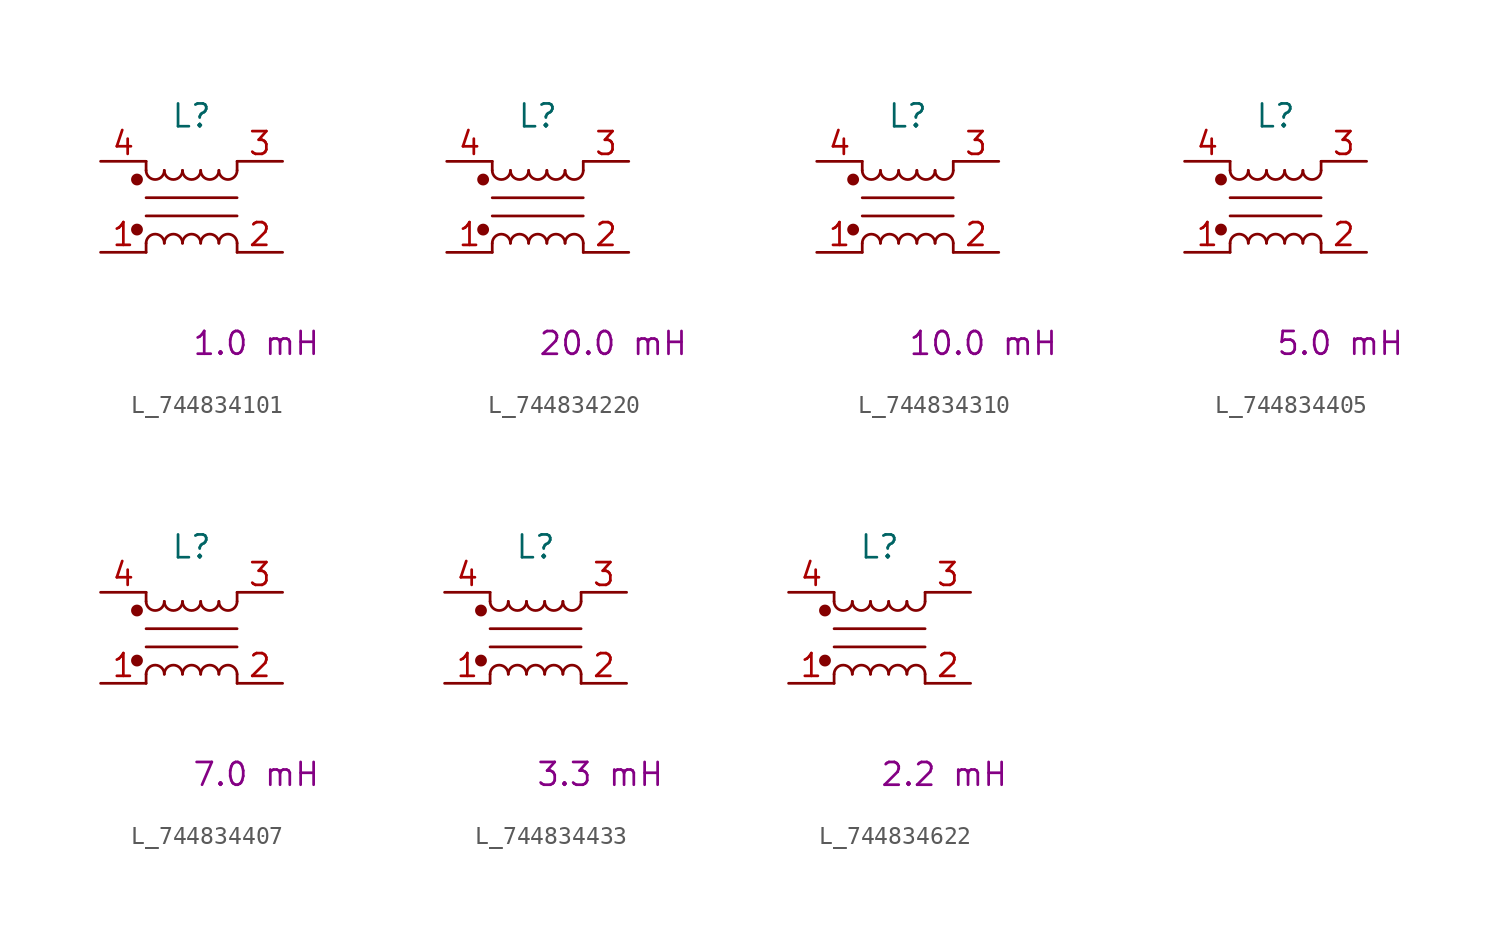
<source format=kicad_sym>
(kicad_symbol_lib
  (version 20220914)
  (generator kicad_symbol_editor)
  (symbol "L_744834101"
    (pin_names hide)
    (property "Reference" "L"
      (at 0 5.08 0)
      (effects (font (size 1.27 1.27))))
    (property "Critical Parameter" "1.0 mH"
      (at 0 -7.62 0)
      (effects (font (size 1.27 1.27)) (justify left)))
    (symbol "L_744834101_0_1"
      (circle (center -3.048 -1.27) (radius 0.254) (stroke (width 0) (type default)) (fill (type outline)))
      (circle (center -3.048 1.524) (radius 0.254) (stroke (width 0) (type default)) (fill (type outline)))
      (arc (start -2.54 2.032) (mid -2.032 1.5262) (end -1.524 2.032) (stroke (width 0) (type default)) (fill (type none)))
      (arc (start -1.524 -2.032) (mid -2.032 -1.5262) (end -2.54 -2.032) (stroke (width 0) (type default)) (fill (type none)))
      (arc (start -1.524 2.032) (mid -1.016 1.5262) (end -0.508 2.032) (stroke (width 0) (type default)) (fill (type none)))
      (arc (start -0.508 -2.032) (mid -1.016 -1.5262) (end -1.524 -2.032) (stroke (width 0) (type default)) (fill (type none)))
      (arc (start -0.508 2.032) (mid 0 1.5262) (end 0.508 2.032) (stroke (width 0) (type default)) (fill (type none)))
      (polyline (pts (xy -2.54 -2.032) (xy -2.54 -2.54)) (stroke (width 0) (type default)) (fill (type none)))
      (polyline (pts (xy -2.54 0.508) (xy 2.54 0.508)) (stroke (width 0) (type default)) (fill (type none)))
      (polyline (pts (xy -2.54 2.032) (xy -2.54 2.54)) (stroke (width 0) (type default)) (fill (type none)))
      (polyline (pts (xy 2.54 -2.032) (xy 2.54 -2.54)) (stroke (width 0) (type default)) (fill (type none)))
      (polyline (pts (xy 2.54 -0.508) (xy -2.54 -0.508)) (stroke (width 0) (type default)) (fill (type none)))
      (polyline (pts (xy 2.54 2.54) (xy 2.54 2.032)) (stroke (width 0) (type default)) (fill (type none)))
      (arc (start 0.508 -2.032) (mid 0 -1.5262) (end -0.508 -2.032) (stroke (width 0) (type default)) (fill (type none)))
      (arc (start 0.508 2.032) (mid 1.016 1.5262) (end 1.524 2.032) (stroke (width 0) (type default)) (fill (type none)))
      (arc (start 1.524 -2.032) (mid 1.016 -1.5262) (end 0.508 -2.032) (stroke (width 0) (type default)) (fill (type none)))
      (arc (start 1.524 2.032) (mid 2.032 1.5262) (end 2.54 2.032) (stroke (width 0) (type default)) (fill (type none)))
      (arc (start 2.54 -2.032) (mid 2.032 -1.5262) (end 1.524 -2.032) (stroke (width 0) (type default)) (fill (type none))))
    (symbol "L_744834101_1_1"
      (pin passive line (at -5.08 -2.54 0) (length 2.54) (name "1" (effects (font (size 1.27 1.27)))) (number "1" (effects (font (size 1.27 1.27)))))
      (pin passive line (at 5.08 -2.54 180) (length 2.54) (name "2" (effects (font (size 1.27 1.27)))) (number "2" (effects (font (size 1.27 1.27)))))
      (pin passive line (at 5.08 2.54 180) (length 2.54) (name "3" (effects (font (size 1.27 1.27)))) (number "3" (effects (font (size 1.27 1.27)))))
      (pin passive line (at -5.08 2.54 0) (length 2.54) (name "4" (effects (font (size 1.27 1.27)))) (number "4" (effects (font (size 1.27 1.27)))))))
  (symbol "L_744834220"
    (pin_names hide)
    (property "Reference" "L"
      (at 0 5.08 0)
      (effects (font (size 1.27 1.27))))
    (property "Critical Parameter" "20.0 mH"
      (at 0 -7.62 0)
      (effects (font (size 1.27 1.27)) (justify left)))
    (symbol "L_744834220_0_1"
      (circle (center -3.048 -1.27) (radius 0.254) (stroke (width 0) (type default)) (fill (type outline)))
      (circle (center -3.048 1.524) (radius 0.254) (stroke (width 0) (type default)) (fill (type outline)))
      (arc (start -2.54 2.032) (mid -2.032 1.5262) (end -1.524 2.032) (stroke (width 0) (type default)) (fill (type none)))
      (arc (start -1.524 -2.032) (mid -2.032 -1.5262) (end -2.54 -2.032) (stroke (width 0) (type default)) (fill (type none)))
      (arc (start -1.524 2.032) (mid -1.016 1.5262) (end -0.508 2.032) (stroke (width 0) (type default)) (fill (type none)))
      (arc (start -0.508 -2.032) (mid -1.016 -1.5262) (end -1.524 -2.032) (stroke (width 0) (type default)) (fill (type none)))
      (arc (start -0.508 2.032) (mid 0 1.5262) (end 0.508 2.032) (stroke (width 0) (type default)) (fill (type none)))
      (polyline (pts (xy -2.54 -2.032) (xy -2.54 -2.54)) (stroke (width 0) (type default)) (fill (type none)))
      (polyline (pts (xy -2.54 0.508) (xy 2.54 0.508)) (stroke (width 0) (type default)) (fill (type none)))
      (polyline (pts (xy -2.54 2.032) (xy -2.54 2.54)) (stroke (width 0) (type default)) (fill (type none)))
      (polyline (pts (xy 2.54 -2.032) (xy 2.54 -2.54)) (stroke (width 0) (type default)) (fill (type none)))
      (polyline (pts (xy 2.54 -0.508) (xy -2.54 -0.508)) (stroke (width 0) (type default)) (fill (type none)))
      (polyline (pts (xy 2.54 2.54) (xy 2.54 2.032)) (stroke (width 0) (type default)) (fill (type none)))
      (arc (start 0.508 -2.032) (mid 0 -1.5262) (end -0.508 -2.032) (stroke (width 0) (type default)) (fill (type none)))
      (arc (start 0.508 2.032) (mid 1.016 1.5262) (end 1.524 2.032) (stroke (width 0) (type default)) (fill (type none)))
      (arc (start 1.524 -2.032) (mid 1.016 -1.5262) (end 0.508 -2.032) (stroke (width 0) (type default)) (fill (type none)))
      (arc (start 1.524 2.032) (mid 2.032 1.5262) (end 2.54 2.032) (stroke (width 0) (type default)) (fill (type none)))
      (arc (start 2.54 -2.032) (mid 2.032 -1.5262) (end 1.524 -2.032) (stroke (width 0) (type default)) (fill (type none))))
    (symbol "L_744834220_1_1"
      (pin passive line (at -5.08 -2.54 0) (length 2.54) (name "1" (effects (font (size 1.27 1.27)))) (number "1" (effects (font (size 1.27 1.27)))))
      (pin passive line (at 5.08 -2.54 180) (length 2.54) (name "2" (effects (font (size 1.27 1.27)))) (number "2" (effects (font (size 1.27 1.27)))))
      (pin passive line (at 5.08 2.54 180) (length 2.54) (name "3" (effects (font (size 1.27 1.27)))) (number "3" (effects (font (size 1.27 1.27)))))
      (pin passive line (at -5.08 2.54 0) (length 2.54) (name "4" (effects (font (size 1.27 1.27)))) (number "4" (effects (font (size 1.27 1.27)))))))
  (symbol "L_744834310"
    (pin_names hide)
    (property "Reference" "L"
      (at 0 5.08 0)
      (effects (font (size 1.27 1.27))))
    (property "Critical Parameter" "10.0 mH"
      (at 0 -7.62 0)
      (effects (font (size 1.27 1.27)) (justify left)))
    (symbol "L_744834310_0_1"
      (circle (center -3.048 -1.27) (radius 0.254) (stroke (width 0) (type default)) (fill (type outline)))
      (circle (center -3.048 1.524) (radius 0.254) (stroke (width 0) (type default)) (fill (type outline)))
      (arc (start -2.54 2.032) (mid -2.032 1.5262) (end -1.524 2.032) (stroke (width 0) (type default)) (fill (type none)))
      (arc (start -1.524 -2.032) (mid -2.032 -1.5262) (end -2.54 -2.032) (stroke (width 0) (type default)) (fill (type none)))
      (arc (start -1.524 2.032) (mid -1.016 1.5262) (end -0.508 2.032) (stroke (width 0) (type default)) (fill (type none)))
      (arc (start -0.508 -2.032) (mid -1.016 -1.5262) (end -1.524 -2.032) (stroke (width 0) (type default)) (fill (type none)))
      (arc (start -0.508 2.032) (mid 0 1.5262) (end 0.508 2.032) (stroke (width 0) (type default)) (fill (type none)))
      (polyline (pts (xy -2.54 -2.032) (xy -2.54 -2.54)) (stroke (width 0) (type default)) (fill (type none)))
      (polyline (pts (xy -2.54 0.508) (xy 2.54 0.508)) (stroke (width 0) (type default)) (fill (type none)))
      (polyline (pts (xy -2.54 2.032) (xy -2.54 2.54)) (stroke (width 0) (type default)) (fill (type none)))
      (polyline (pts (xy 2.54 -2.032) (xy 2.54 -2.54)) (stroke (width 0) (type default)) (fill (type none)))
      (polyline (pts (xy 2.54 -0.508) (xy -2.54 -0.508)) (stroke (width 0) (type default)) (fill (type none)))
      (polyline (pts (xy 2.54 2.54) (xy 2.54 2.032)) (stroke (width 0) (type default)) (fill (type none)))
      (arc (start 0.508 -2.032) (mid 0 -1.5262) (end -0.508 -2.032) (stroke (width 0) (type default)) (fill (type none)))
      (arc (start 0.508 2.032) (mid 1.016 1.5262) (end 1.524 2.032) (stroke (width 0) (type default)) (fill (type none)))
      (arc (start 1.524 -2.032) (mid 1.016 -1.5262) (end 0.508 -2.032) (stroke (width 0) (type default)) (fill (type none)))
      (arc (start 1.524 2.032) (mid 2.032 1.5262) (end 2.54 2.032) (stroke (width 0) (type default)) (fill (type none)))
      (arc (start 2.54 -2.032) (mid 2.032 -1.5262) (end 1.524 -2.032) (stroke (width 0) (type default)) (fill (type none))))
    (symbol "L_744834310_1_1"
      (pin passive line (at -5.08 -2.54 0) (length 2.54) (name "1" (effects (font (size 1.27 1.27)))) (number "1" (effects (font (size 1.27 1.27)))))
      (pin passive line (at 5.08 -2.54 180) (length 2.54) (name "2" (effects (font (size 1.27 1.27)))) (number "2" (effects (font (size 1.27 1.27)))))
      (pin passive line (at 5.08 2.54 180) (length 2.54) (name "3" (effects (font (size 1.27 1.27)))) (number "3" (effects (font (size 1.27 1.27)))))
      (pin passive line (at -5.08 2.54 0) (length 2.54) (name "4" (effects (font (size 1.27 1.27)))) (number "4" (effects (font (size 1.27 1.27)))))))
  (symbol "L_744834405"
    (pin_names hide)
    (property "Reference" "L"
      (at 0 5.08 0)
      (effects (font (size 1.27 1.27))))
    (property "Critical Parameter" "5.0 mH"
      (at 0 -7.62 0)
      (effects (font (size 1.27 1.27)) (justify left)))
    (symbol "L_744834405_0_1"
      (circle (center -3.048 -1.27) (radius 0.254) (stroke (width 0) (type default)) (fill (type outline)))
      (circle (center -3.048 1.524) (radius 0.254) (stroke (width 0) (type default)) (fill (type outline)))
      (arc (start -2.54 2.032) (mid -2.032 1.5262) (end -1.524 2.032) (stroke (width 0) (type default)) (fill (type none)))
      (arc (start -1.524 -2.032) (mid -2.032 -1.5262) (end -2.54 -2.032) (stroke (width 0) (type default)) (fill (type none)))
      (arc (start -1.524 2.032) (mid -1.016 1.5262) (end -0.508 2.032) (stroke (width 0) (type default)) (fill (type none)))
      (arc (start -0.508 -2.032) (mid -1.016 -1.5262) (end -1.524 -2.032) (stroke (width 0) (type default)) (fill (type none)))
      (arc (start -0.508 2.032) (mid 0 1.5262) (end 0.508 2.032) (stroke (width 0) (type default)) (fill (type none)))
      (polyline (pts (xy -2.54 -2.032) (xy -2.54 -2.54)) (stroke (width 0) (type default)) (fill (type none)))
      (polyline (pts (xy -2.54 0.508) (xy 2.54 0.508)) (stroke (width 0) (type default)) (fill (type none)))
      (polyline (pts (xy -2.54 2.032) (xy -2.54 2.54)) (stroke (width 0) (type default)) (fill (type none)))
      (polyline (pts (xy 2.54 -2.032) (xy 2.54 -2.54)) (stroke (width 0) (type default)) (fill (type none)))
      (polyline (pts (xy 2.54 -0.508) (xy -2.54 -0.508)) (stroke (width 0) (type default)) (fill (type none)))
      (polyline (pts (xy 2.54 2.54) (xy 2.54 2.032)) (stroke (width 0) (type default)) (fill (type none)))
      (arc (start 0.508 -2.032) (mid 0 -1.5262) (end -0.508 -2.032) (stroke (width 0) (type default)) (fill (type none)))
      (arc (start 0.508 2.032) (mid 1.016 1.5262) (end 1.524 2.032) (stroke (width 0) (type default)) (fill (type none)))
      (arc (start 1.524 -2.032) (mid 1.016 -1.5262) (end 0.508 -2.032) (stroke (width 0) (type default)) (fill (type none)))
      (arc (start 1.524 2.032) (mid 2.032 1.5262) (end 2.54 2.032) (stroke (width 0) (type default)) (fill (type none)))
      (arc (start 2.54 -2.032) (mid 2.032 -1.5262) (end 1.524 -2.032) (stroke (width 0) (type default)) (fill (type none))))
    (symbol "L_744834405_1_1"
      (pin passive line (at -5.08 -2.54 0) (length 2.54) (name "1" (effects (font (size 1.27 1.27)))) (number "1" (effects (font (size 1.27 1.27)))))
      (pin passive line (at 5.08 -2.54 180) (length 2.54) (name "2" (effects (font (size 1.27 1.27)))) (number "2" (effects (font (size 1.27 1.27)))))
      (pin passive line (at 5.08 2.54 180) (length 2.54) (name "3" (effects (font (size 1.27 1.27)))) (number "3" (effects (font (size 1.27 1.27)))))
      (pin passive line (at -5.08 2.54 0) (length 2.54) (name "4" (effects (font (size 1.27 1.27)))) (number "4" (effects (font (size 1.27 1.27)))))))
  (symbol "L_744834407"
    (pin_names hide)
    (property "Reference" "L"
      (at 0 5.08 0)
      (effects (font (size 1.27 1.27))))
    (property "Critical Parameter" "7.0 mH"
      (at 0 -7.62 0)
      (effects (font (size 1.27 1.27)) (justify left)))
    (symbol "L_744834407_0_1"
      (circle (center -3.048 -1.27) (radius 0.254) (stroke (width 0) (type default)) (fill (type outline)))
      (circle (center -3.048 1.524) (radius 0.254) (stroke (width 0) (type default)) (fill (type outline)))
      (arc (start -2.54 2.032) (mid -2.032 1.5262) (end -1.524 2.032) (stroke (width 0) (type default)) (fill (type none)))
      (arc (start -1.524 -2.032) (mid -2.032 -1.5262) (end -2.54 -2.032) (stroke (width 0) (type default)) (fill (type none)))
      (arc (start -1.524 2.032) (mid -1.016 1.5262) (end -0.508 2.032) (stroke (width 0) (type default)) (fill (type none)))
      (arc (start -0.508 -2.032) (mid -1.016 -1.5262) (end -1.524 -2.032) (stroke (width 0) (type default)) (fill (type none)))
      (arc (start -0.508 2.032) (mid 0 1.5262) (end 0.508 2.032) (stroke (width 0) (type default)) (fill (type none)))
      (polyline (pts (xy -2.54 -2.032) (xy -2.54 -2.54)) (stroke (width 0) (type default)) (fill (type none)))
      (polyline (pts (xy -2.54 0.508) (xy 2.54 0.508)) (stroke (width 0) (type default)) (fill (type none)))
      (polyline (pts (xy -2.54 2.032) (xy -2.54 2.54)) (stroke (width 0) (type default)) (fill (type none)))
      (polyline (pts (xy 2.54 -2.032) (xy 2.54 -2.54)) (stroke (width 0) (type default)) (fill (type none)))
      (polyline (pts (xy 2.54 -0.508) (xy -2.54 -0.508)) (stroke (width 0) (type default)) (fill (type none)))
      (polyline (pts (xy 2.54 2.54) (xy 2.54 2.032)) (stroke (width 0) (type default)) (fill (type none)))
      (arc (start 0.508 -2.032) (mid 0 -1.5262) (end -0.508 -2.032) (stroke (width 0) (type default)) (fill (type none)))
      (arc (start 0.508 2.032) (mid 1.016 1.5262) (end 1.524 2.032) (stroke (width 0) (type default)) (fill (type none)))
      (arc (start 1.524 -2.032) (mid 1.016 -1.5262) (end 0.508 -2.032) (stroke (width 0) (type default)) (fill (type none)))
      (arc (start 1.524 2.032) (mid 2.032 1.5262) (end 2.54 2.032) (stroke (width 0) (type default)) (fill (type none)))
      (arc (start 2.54 -2.032) (mid 2.032 -1.5262) (end 1.524 -2.032) (stroke (width 0) (type default)) (fill (type none))))
    (symbol "L_744834407_1_1"
      (pin passive line (at -5.08 -2.54 0) (length 2.54) (name "1" (effects (font (size 1.27 1.27)))) (number "1" (effects (font (size 1.27 1.27)))))
      (pin passive line (at 5.08 -2.54 180) (length 2.54) (name "2" (effects (font (size 1.27 1.27)))) (number "2" (effects (font (size 1.27 1.27)))))
      (pin passive line (at 5.08 2.54 180) (length 2.54) (name "3" (effects (font (size 1.27 1.27)))) (number "3" (effects (font (size 1.27 1.27)))))
      (pin passive line (at -5.08 2.54 0) (length 2.54) (name "4" (effects (font (size 1.27 1.27)))) (number "4" (effects (font (size 1.27 1.27)))))))
  (symbol "L_744834433"
    (pin_names hide)
    (property "Reference" "L"
      (at 0 5.08 0)
      (effects (font (size 1.27 1.27))))
    (property "Critical Parameter" "3.3 mH"
      (at 0 -7.62 0)
      (effects (font (size 1.27 1.27)) (justify left)))
    (symbol "L_744834433_0_1"
      (circle (center -3.048 -1.27) (radius 0.254) (stroke (width 0) (type default)) (fill (type outline)))
      (circle (center -3.048 1.524) (radius 0.254) (stroke (width 0) (type default)) (fill (type outline)))
      (arc (start -2.54 2.032) (mid -2.032 1.5262) (end -1.524 2.032) (stroke (width 0) (type default)) (fill (type none)))
      (arc (start -1.524 -2.032) (mid -2.032 -1.5262) (end -2.54 -2.032) (stroke (width 0) (type default)) (fill (type none)))
      (arc (start -1.524 2.032) (mid -1.016 1.5262) (end -0.508 2.032) (stroke (width 0) (type default)) (fill (type none)))
      (arc (start -0.508 -2.032) (mid -1.016 -1.5262) (end -1.524 -2.032) (stroke (width 0) (type default)) (fill (type none)))
      (arc (start -0.508 2.032) (mid 0 1.5262) (end 0.508 2.032) (stroke (width 0) (type default)) (fill (type none)))
      (polyline (pts (xy -2.54 -2.032) (xy -2.54 -2.54)) (stroke (width 0) (type default)) (fill (type none)))
      (polyline (pts (xy -2.54 0.508) (xy 2.54 0.508)) (stroke (width 0) (type default)) (fill (type none)))
      (polyline (pts (xy -2.54 2.032) (xy -2.54 2.54)) (stroke (width 0) (type default)) (fill (type none)))
      (polyline (pts (xy 2.54 -2.032) (xy 2.54 -2.54)) (stroke (width 0) (type default)) (fill (type none)))
      (polyline (pts (xy 2.54 -0.508) (xy -2.54 -0.508)) (stroke (width 0) (type default)) (fill (type none)))
      (polyline (pts (xy 2.54 2.54) (xy 2.54 2.032)) (stroke (width 0) (type default)) (fill (type none)))
      (arc (start 0.508 -2.032) (mid 0 -1.5262) (end -0.508 -2.032) (stroke (width 0) (type default)) (fill (type none)))
      (arc (start 0.508 2.032) (mid 1.016 1.5262) (end 1.524 2.032) (stroke (width 0) (type default)) (fill (type none)))
      (arc (start 1.524 -2.032) (mid 1.016 -1.5262) (end 0.508 -2.032) (stroke (width 0) (type default)) (fill (type none)))
      (arc (start 1.524 2.032) (mid 2.032 1.5262) (end 2.54 2.032) (stroke (width 0) (type default)) (fill (type none)))
      (arc (start 2.54 -2.032) (mid 2.032 -1.5262) (end 1.524 -2.032) (stroke (width 0) (type default)) (fill (type none))))
    (symbol "L_744834433_1_1"
      (pin passive line (at -5.08 -2.54 0) (length 2.54) (name "1" (effects (font (size 1.27 1.27)))) (number "1" (effects (font (size 1.27 1.27)))))
      (pin passive line (at 5.08 -2.54 180) (length 2.54) (name "2" (effects (font (size 1.27 1.27)))) (number "2" (effects (font (size 1.27 1.27)))))
      (pin passive line (at 5.08 2.54 180) (length 2.54) (name "3" (effects (font (size 1.27 1.27)))) (number "3" (effects (font (size 1.27 1.27)))))
      (pin passive line (at -5.08 2.54 0) (length 2.54) (name "4" (effects (font (size 1.27 1.27)))) (number "4" (effects (font (size 1.27 1.27)))))))
  (symbol "L_744834622"
    (pin_names hide)
    (property "Reference" "L"
      (at 0 5.08 0)
      (effects (font (size 1.27 1.27))))
    (property "Critical Parameter" "2.2 mH"
      (at 0 -7.62 0)
      (effects (font (size 1.27 1.27)) (justify left)))
    (symbol "L_744834622_0_1"
      (circle (center -3.048 -1.27) (radius 0.254) (stroke (width 0) (type default)) (fill (type outline)))
      (circle (center -3.048 1.524) (radius 0.254) (stroke (width 0) (type default)) (fill (type outline)))
      (arc (start -2.54 2.032) (mid -2.032 1.5262) (end -1.524 2.032) (stroke (width 0) (type default)) (fill (type none)))
      (arc (start -1.524 -2.032) (mid -2.032 -1.5262) (end -2.54 -2.032) (stroke (width 0) (type default)) (fill (type none)))
      (arc (start -1.524 2.032) (mid -1.016 1.5262) (end -0.508 2.032) (stroke (width 0) (type default)) (fill (type none)))
      (arc (start -0.508 -2.032) (mid -1.016 -1.5262) (end -1.524 -2.032) (stroke (width 0) (type default)) (fill (type none)))
      (arc (start -0.508 2.032) (mid 0 1.5262) (end 0.508 2.032) (stroke (width 0) (type default)) (fill (type none)))
      (polyline (pts (xy -2.54 -2.032) (xy -2.54 -2.54)) (stroke (width 0) (type default)) (fill (type none)))
      (polyline (pts (xy -2.54 0.508) (xy 2.54 0.508)) (stroke (width 0) (type default)) (fill (type none)))
      (polyline (pts (xy -2.54 2.032) (xy -2.54 2.54)) (stroke (width 0) (type default)) (fill (type none)))
      (polyline (pts (xy 2.54 -2.032) (xy 2.54 -2.54)) (stroke (width 0) (type default)) (fill (type none)))
      (polyline (pts (xy 2.54 -0.508) (xy -2.54 -0.508)) (stroke (width 0) (type default)) (fill (type none)))
      (polyline (pts (xy 2.54 2.54) (xy 2.54 2.032)) (stroke (width 0) (type default)) (fill (type none)))
      (arc (start 0.508 -2.032) (mid 0 -1.5262) (end -0.508 -2.032) (stroke (width 0) (type default)) (fill (type none)))
      (arc (start 0.508 2.032) (mid 1.016 1.5262) (end 1.524 2.032) (stroke (width 0) (type default)) (fill (type none)))
      (arc (start 1.524 -2.032) (mid 1.016 -1.5262) (end 0.508 -2.032) (stroke (width 0) (type default)) (fill (type none)))
      (arc (start 1.524 2.032) (mid 2.032 1.5262) (end 2.54 2.032) (stroke (width 0) (type default)) (fill (type none)))
      (arc (start 2.54 -2.032) (mid 2.032 -1.5262) (end 1.524 -2.032) (stroke (width 0) (type default)) (fill (type none))))
    (symbol "L_744834622_1_1"
      (pin passive line (at -5.08 -2.54 0) (length 2.54) (name "1" (effects (font (size 1.27 1.27)))) (number "1" (effects (font (size 1.27 1.27)))))
      (pin passive line (at 5.08 -2.54 180) (length 2.54) (name "2" (effects (font (size 1.27 1.27)))) (number "2" (effects (font (size 1.27 1.27)))))
      (pin passive line (at 5.08 2.54 180) (length 2.54) (name "3" (effects (font (size 1.27 1.27)))) (number "3" (effects (font (size 1.27 1.27)))))
      (pin passive line (at -5.08 2.54 0) (length 2.54) (name "4" (effects (font (size 1.27 1.27)))) (number "4" (effects (font (size 1.27 1.27))))))))
</source>
